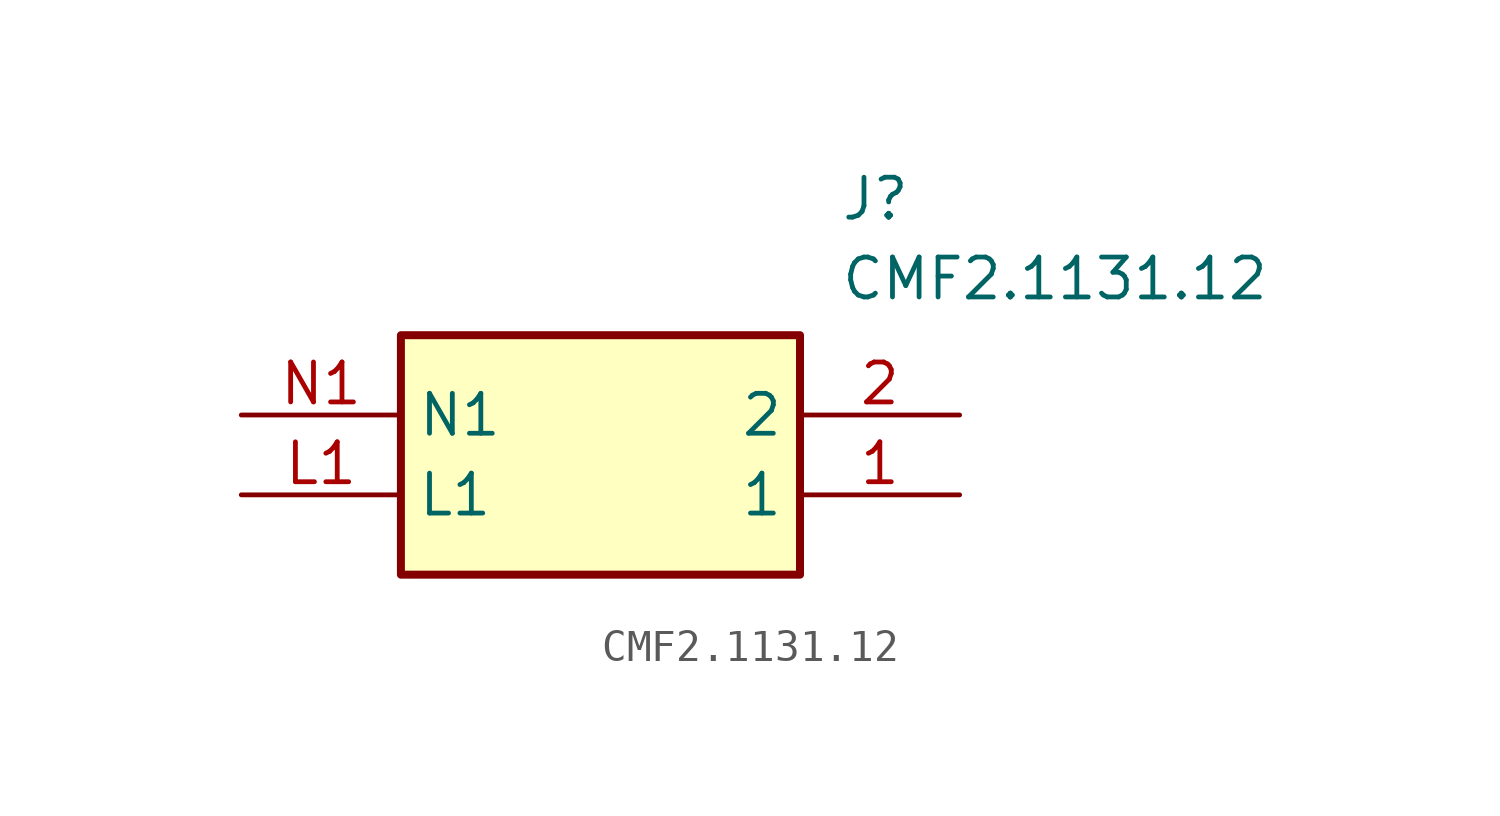
<source format=kicad_sym>
(kicad_symbol_lib
  (version 20211014)
  (generator SamacSys_ECAD_Model)
  (symbol "CMF2.1131.12"
    (property "Reference" "J"
      (at 19.05 7.62 0)
      (effects (font (size 1.27 1.27)) (justify left top)))
    (property "Value" "CMF2.1131.12"
      (at 19.05 5.08 0)
      (effects (font (size 1.27 1.27)) (justify left top)))
    (rectangle
      (start 5.08 2.54)
      (end 17.78 -5.08)
      (stroke (width 0.254) (type default))
      (fill (type background)))
    (pin passive line
      (at 22.86 -2.54 180)
      (length 5.08)
      (name "1" (effects (font (size 1.27 1.27))))
      (number "1" (effects (font (size 1.27 1.27)))))
    (pin passive line
      (at 22.86 0 180)
      (length 5.08)
      (name "2" (effects (font (size 1.27 1.27))))
      (number "2" (effects (font (size 1.27 1.27)))))
    (pin passive line
      (at 0 -2.54 0)
      (length 5.08)
      (name "L1" (effects (font (size 1.27 1.27))))
      (number "L1" (effects (font (size 1.27 1.27)))))
    (pin passive line
      (at 0 0 0)
      (length 5.08)
      (name "N1" (effects (font (size 1.27 1.27))))
      (number "N1" (effects (font (size 1.27 1.27)))))))
</source>
